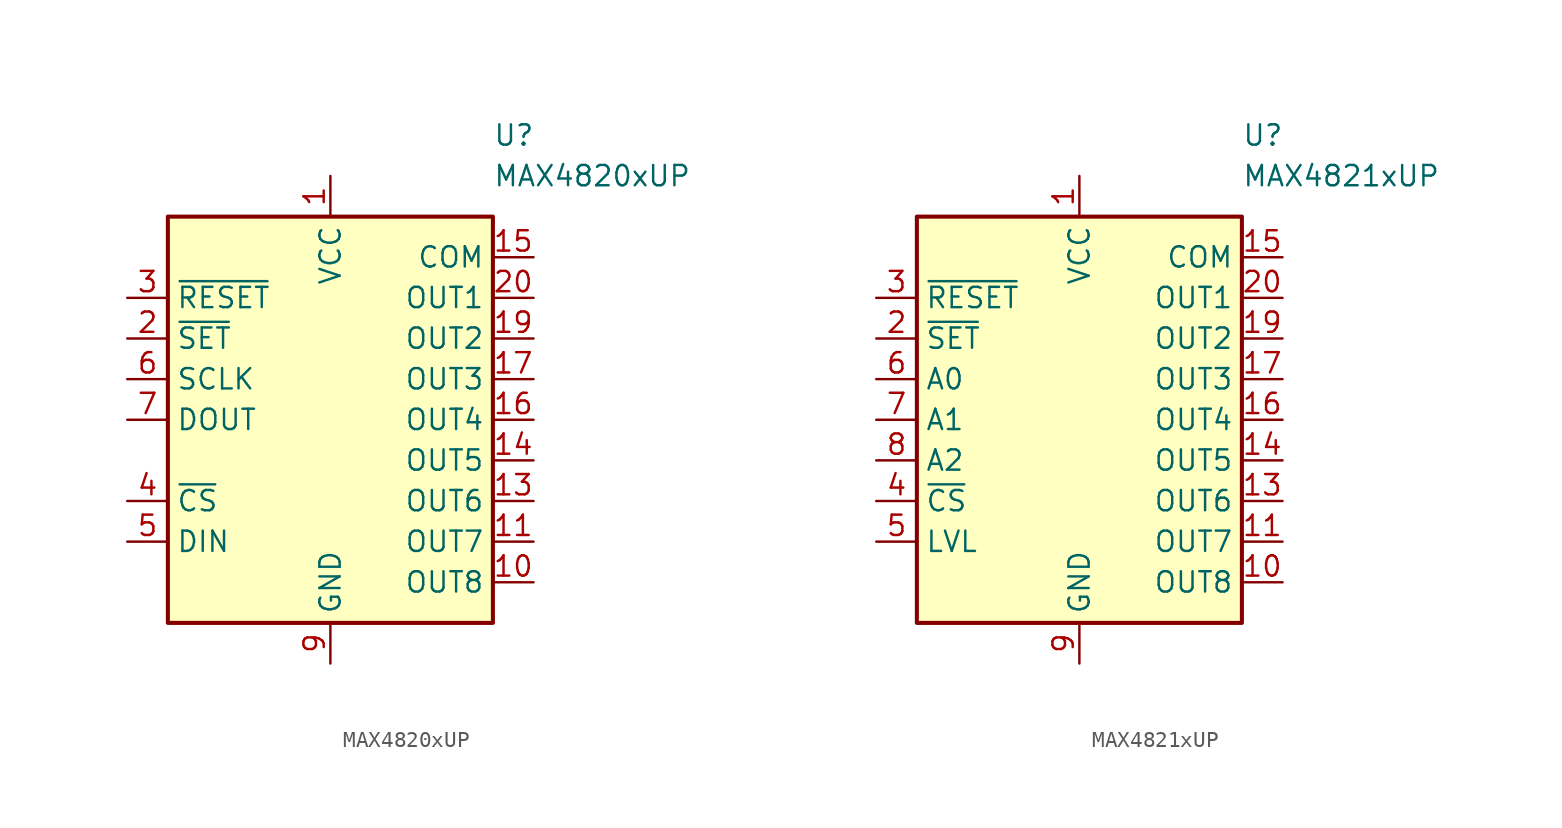
<source format=kicad_sym>
(kicad_symbol_lib
  (version 20201005)
  (generator kicad_symbol_editor)
  (symbol "MAX4820xUP"
    (property "Reference" "U"
      (at 10.16 17.78 0)
      (effects (font (size 1.27 1.27)) (justify left)))
    (property "Value" "MAX4820xUP"
      (at 10.16 15.24 0)
      (effects (font (size 1.27 1.27)) (justify left)))
    (symbol "MAX4820xUP_0_0"
      (pin open_collector line (at 12.7 2.54 180) (length 2.54) (name "OUT3" (effects (font (size 1.27 1.27)))) (number "17" (effects (font (size 1.27 1.27)))))
      (pin passive line (at 0 -15.24 90) (length 2.54) hide (name "GND" (effects (font (size 1.27 1.27)))) (number "18" (effects (font (size 1.27 1.27)))))
      (pin open_collector line (at 12.7 5.08 180) (length 2.54) (name "OUT2" (effects (font (size 1.27 1.27)))) (number "19" (effects (font (size 1.27 1.27)))))
      (pin open_collector line (at 12.7 7.62 180) (length 2.54) (name "OUT1" (effects (font (size 1.27 1.27)))) (number "20" (effects (font (size 1.27 1.27)))))
      (pin passive line (at 0 -15.24 90) (length 2.54) hide (name "GND" (effects (font (size 1.27 1.27)))) (number "21" (effects (font (size 1.27 1.27)))))
      (pin power_in line (at 0 -15.24 90) (length 2.54) (name "GND" (effects (font (size 1.27 1.27)))) (number "9" (effects (font (size 1.27 1.27))))))
    (symbol "MAX4820xUP_0_1"
      (rectangle (start -10.16 12.7) (end 10.16 -12.7) (stroke (width 0.254)) (fill (type background))))
    (symbol "MAX4820xUP_1_1"
      (pin power_in line (at 0 15.24 270) (length 2.54) (name "VCC" (effects (font (size 1.27 1.27)))) (number "1" (effects (font (size 1.27 1.27)))))
      (pin open_collector line (at 12.7 -10.16 180) (length 2.54) (name "OUT8" (effects (font (size 1.27 1.27)))) (number "10" (effects (font (size 1.27 1.27)))))
      (pin open_collector line (at 12.7 -7.62 180) (length 2.54) (name "OUT7" (effects (font (size 1.27 1.27)))) (number "11" (effects (font (size 1.27 1.27)))))
      (pin passive line (at 0 -15.24 90) (length 2.54) hide (name "GND" (effects (font (size 1.27 1.27)))) (number "12" (effects (font (size 1.27 1.27)))))
      (pin open_collector line (at 12.7 -5.08 180) (length 2.54) (name "OUT6" (effects (font (size 1.27 1.27)))) (number "13" (effects (font (size 1.27 1.27)))))
      (pin open_collector line (at 12.7 -2.54 180) (length 2.54) (name "OUT5" (effects (font (size 1.27 1.27)))) (number "14" (effects (font (size 1.27 1.27)))))
      (pin passive line (at 12.7 10.16 180) (length 2.54) (name "COM" (effects (font (size 1.27 1.27)))) (number "15" (effects (font (size 1.27 1.27)))))
      (pin open_collector line (at 12.7 0 180) (length 2.54) (name "OUT4" (effects (font (size 1.27 1.27)))) (number "16" (effects (font (size 1.27 1.27)))))
      (pin input line (at -12.7 5.08 0) (length 2.54) (name "~SET" (effects (font (size 1.27 1.27)))) (number "2" (effects (font (size 1.27 1.27)))))
      (pin input line (at -12.7 7.62 0) (length 2.54) (name "~RESET" (effects (font (size 1.27 1.27)))) (number "3" (effects (font (size 1.27 1.27)))))
      (pin input line (at -12.7 -5.08 0) (length 2.54) (name "~CS" (effects (font (size 1.27 1.27)))) (number "4" (effects (font (size 1.27 1.27)))))
      (pin input line (at -12.7 -7.62 0) (length 2.54) (name "DIN" (effects (font (size 1.27 1.27)))) (number "5" (effects (font (size 1.27 1.27)))))
      (pin input line (at -12.7 2.54 0) (length 2.54) (name "SCLK" (effects (font (size 1.27 1.27)))) (number "6" (effects (font (size 1.27 1.27)))))
      (pin output line (at -12.7 0 0) (length 2.54) (name "DOUT" (effects (font (size 1.27 1.27)))) (number "7" (effects (font (size 1.27 1.27)))))
      (pin no_connect line (at -10.16 -2.54 0) (length 2.54) hide (name "NC" (effects (font (size 1.27 1.27)))) (number "8" (effects (font (size 1.27 1.27)))))))
  (symbol "MAX4821xUP"
    (property "Reference" "U"
      (at 10.16 17.78 0)
      (effects (font (size 1.27 1.27)) (justify left)))
    (property "Value" "MAX4821xUP"
      (at 10.16 15.24 0)
      (effects (font (size 1.27 1.27)) (justify left)))
    (symbol "MAX4821xUP_0_0"
      (pin open_collector line (at 12.7 2.54 180) (length 2.54) (name "OUT3" (effects (font (size 1.27 1.27)))) (number "17" (effects (font (size 1.27 1.27)))))
      (pin passive line (at 0 -15.24 90) (length 2.54) hide (name "GND" (effects (font (size 1.27 1.27)))) (number "18" (effects (font (size 1.27 1.27)))))
      (pin open_collector line (at 12.7 5.08 180) (length 2.54) (name "OUT2" (effects (font (size 1.27 1.27)))) (number "19" (effects (font (size 1.27 1.27)))))
      (pin open_collector line (at 12.7 7.62 180) (length 2.54) (name "OUT1" (effects (font (size 1.27 1.27)))) (number "20" (effects (font (size 1.27 1.27)))))
      (pin passive line (at 0 -15.24 90) (length 2.54) hide (name "GND" (effects (font (size 1.27 1.27)))) (number "21" (effects (font (size 1.27 1.27)))))
      (pin power_in line (at 0 -15.24 90) (length 2.54) (name "GND" (effects (font (size 1.27 1.27)))) (number "9" (effects (font (size 1.27 1.27))))))
    (symbol "MAX4821xUP_0_1"
      (rectangle (start -10.16 12.7) (end 10.16 -12.7) (stroke (width 0.254)) (fill (type background))))
    (symbol "MAX4821xUP_1_1"
      (pin power_in line (at 0 15.24 270) (length 2.54) (name "VCC" (effects (font (size 1.27 1.27)))) (number "1" (effects (font (size 1.27 1.27)))))
      (pin open_collector line (at 12.7 -10.16 180) (length 2.54) (name "OUT8" (effects (font (size 1.27 1.27)))) (number "10" (effects (font (size 1.27 1.27)))))
      (pin open_collector line (at 12.7 -7.62 180) (length 2.54) (name "OUT7" (effects (font (size 1.27 1.27)))) (number "11" (effects (font (size 1.27 1.27)))))
      (pin passive line (at 0 -15.24 90) (length 2.54) hide (name "GND" (effects (font (size 1.27 1.27)))) (number "12" (effects (font (size 1.27 1.27)))))
      (pin open_collector line (at 12.7 -5.08 180) (length 2.54) (name "OUT6" (effects (font (size 1.27 1.27)))) (number "13" (effects (font (size 1.27 1.27)))))
      (pin open_collector line (at 12.7 -2.54 180) (length 2.54) (name "OUT5" (effects (font (size 1.27 1.27)))) (number "14" (effects (font (size 1.27 1.27)))))
      (pin passive line (at 12.7 10.16 180) (length 2.54) (name "COM" (effects (font (size 1.27 1.27)))) (number "15" (effects (font (size 1.27 1.27)))))
      (pin open_collector line (at 12.7 0 180) (length 2.54) (name "OUT4" (effects (font (size 1.27 1.27)))) (number "16" (effects (font (size 1.27 1.27)))))
      (pin input line (at -12.7 5.08 0) (length 2.54) (name "~SET" (effects (font (size 1.27 1.27)))) (number "2" (effects (font (size 1.27 1.27)))))
      (pin input line (at -12.7 7.62 0) (length 2.54) (name "~RESET" (effects (font (size 1.27 1.27)))) (number "3" (effects (font (size 1.27 1.27)))))
      (pin input line (at -12.7 -5.08 0) (length 2.54) (name "~CS" (effects (font (size 1.27 1.27)))) (number "4" (effects (font (size 1.27 1.27)))))
      (pin input line (at -12.7 -7.62 0) (length 2.54) (name "LVL" (effects (font (size 1.27 1.27)))) (number "5" (effects (font (size 1.27 1.27)))))
      (pin input line (at -12.7 2.54 0) (length 2.54) (name "A0" (effects (font (size 1.27 1.27)))) (number "6" (effects (font (size 1.27 1.27)))))
      (pin input line (at -12.7 0 0) (length 2.54) (name "A1" (effects (font (size 1.27 1.27)))) (number "7" (effects (font (size 1.27 1.27)))))
      (pin input line (at -12.7 -2.54 0) (length 2.54) (name "A2" (effects (font (size 1.27 1.27)))) (number "8" (effects (font (size 1.27 1.27))))))))
</source>
